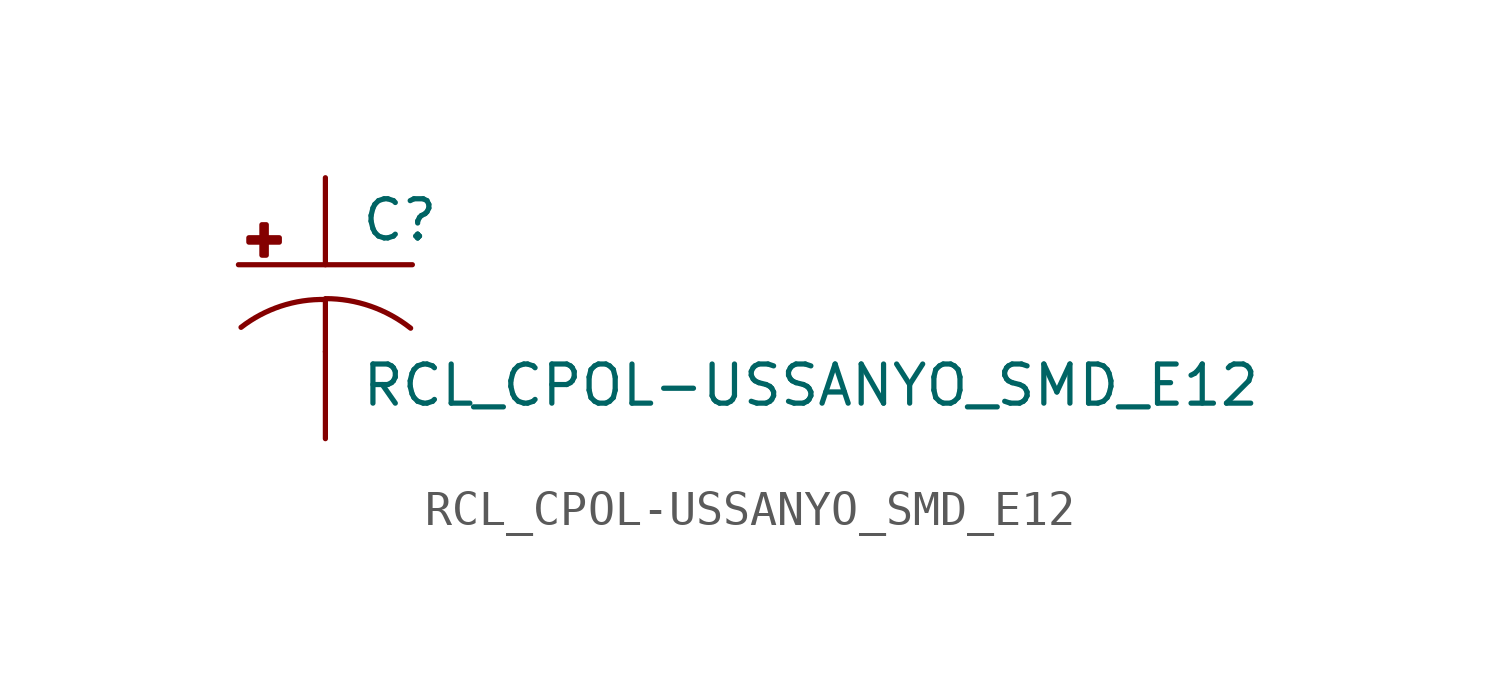
<source format=kicad_sym>
(kicad_symbol_lib
  (version 20210619)
  (generator kicad_symbol_editor)
  (symbol "RCL_CPOL-USSANYO_SMD_E12"
    (pin_numbers hide)
    (pin_names
      (offset 1.016) hide)
    (property "Reference" "C"
      (at 1.016 0.635 0)
      (effects (font (size 1.143 1.143)) (justify left bottom)))
    (property "Value" "RCL_CPOL-USSANYO_SMD_E12"
      (at 1.016 -4.191 0)
      (effects (font (size 1.143 1.143)) (justify left bottom)))
    (property "ki_locked" ""
      (at 0 0 0)
      (effects (font (size 1.27 1.27))))
    (symbol "RCL_CPOL-USSANYO_SMD_E12_1_0"
      (polyline (pts (xy -2.54 0) (xy 2.54 0)) (stroke (width 0)) (fill (type none)))
      (polyline (pts (xy 0 -1.016) (xy 0 -2.54)) (stroke (width 0)) (fill (type none)))
      (polyline (pts (xy 0 -1.016) (xy 0 -1.016)) (stroke (width 0)) (fill (type none))))
    (symbol "RCL_CPOL-USSANYO_SMD_E12_1_1"
      (arc (start 0 -1.016) (end -2.4638 -1.8288) (radius (at 0 -5.0546) (length 4.0386) (angles 90.1 127.3)) (stroke (width 0)) (fill (type none)))
      (arc (start 2.4892 -1.8542) (end 0 -0.9906) (radius (at 0 -5.0292) (length 4.0386) (angles 52.3 89.9)) (stroke (width 0)) (fill (type none)))
      (rectangle (start -2.235 0.66) (end -1.346 0.787) (stroke (width 0)) (fill (type outline)))
      (rectangle (start -1.854 0.279) (end -1.727 1.168) (stroke (width 0)) (fill (type outline)))
      (pin passive line (at 0 2.54 270) (length 2.54) (name "+" (effects (font (size 1.016 1.016)))) (number "+" (effects (font (size 1.016 1.016)))))
      (pin passive line (at 0 -5.08 90) (length 2.54) (name "-" (effects (font (size 1.016 1.016)))) (number "-" (effects (font (size 1.016 1.016))))))))
</source>
